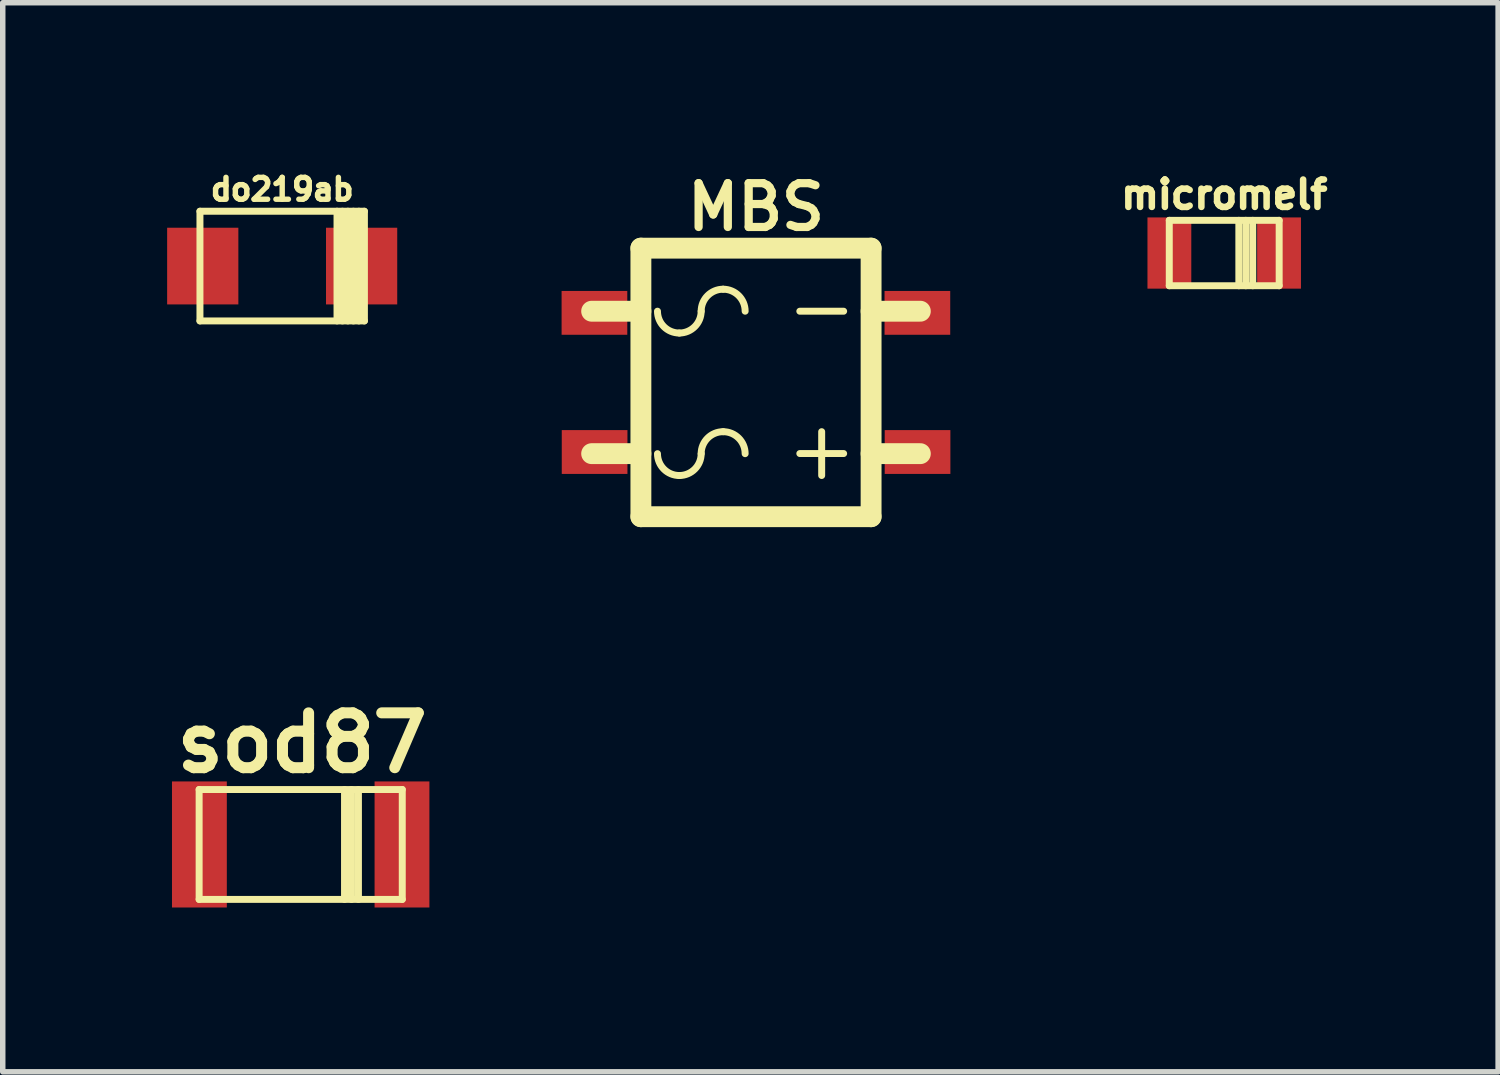
<source format=kicad_pcb>
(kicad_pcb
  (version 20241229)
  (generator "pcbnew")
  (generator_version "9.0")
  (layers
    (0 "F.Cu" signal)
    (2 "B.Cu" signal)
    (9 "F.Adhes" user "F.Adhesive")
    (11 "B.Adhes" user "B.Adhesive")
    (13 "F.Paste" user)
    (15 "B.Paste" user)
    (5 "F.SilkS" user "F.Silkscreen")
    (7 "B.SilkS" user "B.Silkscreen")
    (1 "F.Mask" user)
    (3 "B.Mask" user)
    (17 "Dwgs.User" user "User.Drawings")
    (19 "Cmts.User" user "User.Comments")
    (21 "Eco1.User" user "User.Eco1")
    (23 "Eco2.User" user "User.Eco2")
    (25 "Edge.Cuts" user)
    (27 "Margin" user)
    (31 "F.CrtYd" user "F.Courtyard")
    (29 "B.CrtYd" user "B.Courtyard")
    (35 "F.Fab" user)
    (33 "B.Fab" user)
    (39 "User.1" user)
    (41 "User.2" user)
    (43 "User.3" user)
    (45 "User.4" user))
  (footprint "do219ab"
    (layer "F.Cu")
    (at 2.101 1.807)
    (property "Reference" "do219ab" (at 0 -1.4 0) (layer "F.SilkS") (effects (font (size 0.399 0.399) (thickness 0.099))))
    (attr through_hole)
    (fp_line (start -1.501 -1.001) (end -1.501 1.001) (stroke (width 0.127) (type solid)) (layer "F.SilkS"))
    (fp_line (start -1.501 1.001) (end 1.501 1.001) (stroke (width 0.127) (type solid)) (layer "F.SilkS"))
    (fp_line (start 1.001 -1.001) (end 1.001 1.001) (stroke (width 0.127) (type solid)) (layer "F.SilkS"))
    (fp_line (start 1.1 -1.001) (end 1.1 1.001) (stroke (width 0.127) (type solid)) (layer "F.SilkS"))
    (fp_line (start 1.199 1.001) (end 1.199 -1.001) (stroke (width 0.127) (type solid)) (layer "F.SilkS"))
    (fp_line (start 1.3 -1.001) (end 1.3 1.001) (stroke (width 0.127) (type solid)) (layer "F.SilkS"))
    (fp_line (start 1.4 1.001) (end 1.4 -1.001) (stroke (width 0.127) (type solid)) (layer "F.SilkS"))
    (fp_line (start 1.501 -1.001) (end -1.501 -1.001) (stroke (width 0.127) (type solid)) (layer "F.SilkS"))
    (fp_line (start 1.501 1.001) (end 1.501 -1.001) (stroke (width 0.127) (type solid)) (layer "F.SilkS"))
    (pad "1" smd rect (at -1.45 0) (size 1.3 1.4) (layers "F.Cu" "F.Mask" "F.Paste"))
    (pad "2" smd rect (at 1.45 0) (size 1.3 1.4) (layers "F.Cu" "F.Mask" "F.Paste")))
  (footprint "micromelf"
    (layer "F.Cu")
    (at 19.297 1.569)
    (property "Reference" "micromelf" (at 0 -1.067 0) (layer "F.SilkS") (effects (font (size 0.5 0.5) (thickness 0.119))))
    (attr through_hole)
    (fp_line (start -1.003 -0.597) (end -1.003 0.597) (stroke (width 0.127) (type solid)) (layer "F.SilkS"))
    (fp_line (start -1.003 0.597) (end 1.003 0.597) (stroke (width 0.127) (type solid)) (layer "F.SilkS"))
    (fp_line (start 0.267 -0.597) (end 0.267 0.597) (stroke (width 0.127) (type solid)) (layer "F.SilkS"))
    (fp_line (start 0.394 0.597) (end 0.394 -0.597) (stroke (width 0.127) (type solid)) (layer "F.SilkS"))
    (fp_line (start 0.521 -0.597) (end 0.521 0.597) (stroke (width 0.127) (type solid)) (layer "F.SilkS"))
    (fp_line (start 1.003 -0.597) (end -1.003 -0.597) (stroke (width 0.127) (type solid)) (layer "F.SilkS"))
    (fp_line (start 1.003 0.597) (end 1.003 -0.597) (stroke (width 0.127) (type solid)) (layer "F.SilkS"))
    (pad "1" smd rect (at -1.001 0) (size 0.8 1.3) (layers "F.Cu" "F.Mask" "F.Paste"))
    (pad "2" smd rect (at 1.001 0) (size 0.8 1.3) (layers "F.Cu" "F.Mask" "F.Paste")))
  (footprint "sod87"
    (layer "F.Cu")
    (at 2.439 12.365)
    (property "Reference" "sod87" (at 0.025 -1.854 0) (layer "F.SilkS") (effects (font (size 1.001 1.001) (thickness 0.201))))
    (attr through_hole)
    (fp_line (start -1.854 -1.003) (end 1.854 -1.003) (stroke (width 0.127) (type solid)) (layer "F.SilkS"))
    (fp_line (start -1.854 1.003) (end -1.854 -1.003) (stroke (width 0.127) (type solid)) (layer "F.SilkS"))
    (fp_line (start 0.8 -1.003) (end 0.8 1.003) (stroke (width 0.127) (type solid)) (layer "F.SilkS"))
    (fp_line (start 0.927 -1.003) (end 0.927 1.003) (stroke (width 0.127) (type solid)) (layer "F.SilkS"))
    (fp_line (start 1.054 1.003) (end 1.054 -1.003) (stroke (width 0.127) (type solid)) (layer "F.SilkS"))
    (fp_line (start 1.854 -1.003) (end 1.854 1.003) (stroke (width 0.127) (type solid)) (layer "F.SilkS"))
    (fp_line (start 1.854 1.003) (end -1.854 1.003) (stroke (width 0.127) (type solid)) (layer "F.SilkS"))
    (pad "1" smd rect (at -1.849 0) (size 1.001 2.301) (layers "F.Cu" "F.Mask" "F.Paste"))
    (pad "2" smd rect (at 1.849 0) (size 1.001 2.301) (layers "F.Cu" "F.Mask" "F.Paste")))
  (footprint "MBS"
    (layer "F.Cu")
    (at 10.75 3.931)
    (property "Reference" "MBS" (at 0 -3.2 0) (layer "F.SilkS") (effects (font (size 0.8 0.8) (thickness 0.15))))
    (attr through_hole)
    (fp_line (start -2.101 -2.451) (end -2.101 2.451) (stroke (width 0.381) (type solid)) (layer "F.SilkS"))
    (fp_line (start -2.101 -1.3) (end -3 -1.3) (stroke (width 0.381) (type solid)) (layer "F.SilkS"))
    (fp_line (start -2.101 1.3) (end -3 1.3) (stroke (width 0.381) (type solid)) (layer "F.SilkS"))
    (fp_line (start -2.101 2.451) (end 2.101 2.451) (stroke (width 0.381) (type solid)) (layer "F.SilkS"))
    (fp_line (start 1.199 0.899) (end 1.199 1.699) (stroke (width 0.127) (type solid)) (layer "F.SilkS"))
    (fp_line (start 1.6 -1.3) (end 0.8 -1.3) (stroke (width 0.127) (type solid)) (layer "F.SilkS"))
    (fp_line (start 1.6 1.298) (end 0.8 1.298) (stroke (width 0.127) (type solid)) (layer "F.SilkS"))
    (fp_line (start 2.101 -2.451) (end -2.101 -2.451) (stroke (width 0.381) (type solid)) (layer "F.SilkS"))
    (fp_line (start 2.101 -1.3) (end 3 -1.3) (stroke (width 0.381) (type solid)) (layer "F.SilkS"))
    (fp_line (start 2.101 1.3) (end 3 1.3) (stroke (width 0.381) (type solid)) (layer "F.SilkS"))
    (fp_line (start 2.101 2.451) (end 2.101 -2.451) (stroke (width 0.381) (type solid)) (layer "F.SilkS"))
    (fp_arc (start -1.39954 -0.9017) (mid -1.68152 -1.0185) (end -1.79832 -1.30048) (stroke (width 0.127) (type solid)) (layer "F.SilkS"))
    (fp_arc (start -1.39954 1.69926) (mid -1.68152 1.58246) (end -1.79832 1.30048) (stroke (width 0.127) (type solid)) (layer "F.SilkS"))
    (fp_arc (start -1.00076 -1.30048) (mid -1.11756 -1.0185) (end -1.39954 -0.9017) (stroke (width 0.127) (type solid)) (layer "F.SilkS"))
    (fp_arc (start -1.00076 -1.30048) (mid -0.883216 -1.584256) (end -0.59944 -1.7018) (stroke (width 0.127) (type solid)) (layer "F.SilkS"))
    (fp_arc (start -1.00076 1.30048) (mid -1.11756 1.58246) (end -1.39954 1.69926) (stroke (width 0.127) (type solid)) (layer "F.SilkS"))
    (fp_arc (start -1.00076 1.30048) (mid -0.883216 1.016704) (end -0.59944 0.89916) (stroke (width 0.127) (type solid)) (layer "F.SilkS"))
    (fp_arc (start -0.59944 -1.7018) (mid -0.315664 -1.584256) (end -0.19812 -1.30048) (stroke (width 0.127) (type solid)) (layer "F.SilkS"))
    (fp_arc (start -0.59944 0.89916) (mid -0.315664 1.016704) (end -0.19812 1.30048) (stroke (width 0.127) (type solid)) (layer "F.SilkS"))
    (pad "1" smd rect (at 2.949 1.27) (size 1.199 0.8) (layers "F.Cu" "F.Mask" "F.Paste"))
    (pad "2" smd rect (at -2.949 -1.27) (size 1.199 0.8) (layers "F.Cu" "F.Mask" "F.Paste"))
    (pad "3" smd rect (at -2.946 1.27) (size 1.199 0.8) (layers "F.Cu" "F.Mask" "F.Paste"))
    (pad "4" smd rect (at 2.946 -1.27) (size 1.199 0.8) (layers "F.Cu" "F.Mask" "F.Paste")))
  (gr_rect
    (start -3 -3)
    (end 24.297 16.515)
    (stroke (width 0.1) (type default))
    (fill no)
    (layer "Edge.Cuts")))
</source>
